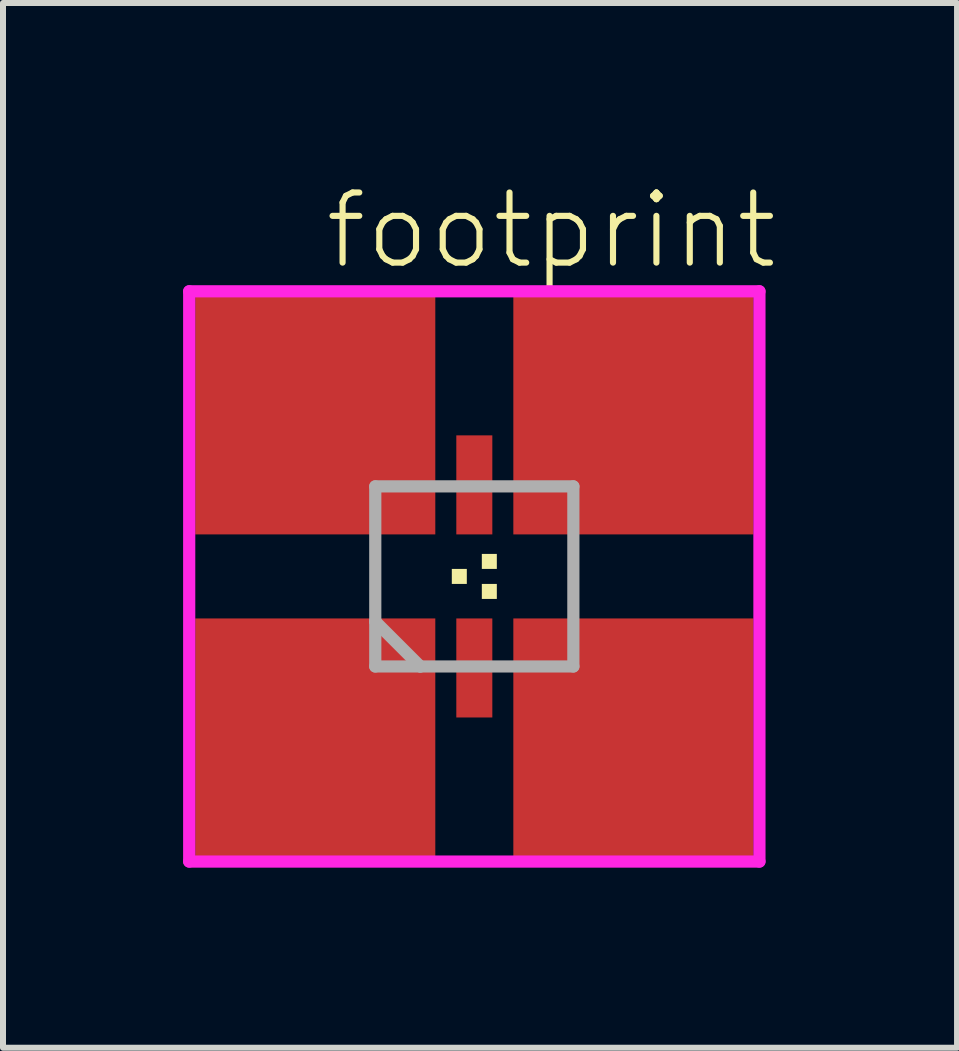
<source format=kicad_pcb>
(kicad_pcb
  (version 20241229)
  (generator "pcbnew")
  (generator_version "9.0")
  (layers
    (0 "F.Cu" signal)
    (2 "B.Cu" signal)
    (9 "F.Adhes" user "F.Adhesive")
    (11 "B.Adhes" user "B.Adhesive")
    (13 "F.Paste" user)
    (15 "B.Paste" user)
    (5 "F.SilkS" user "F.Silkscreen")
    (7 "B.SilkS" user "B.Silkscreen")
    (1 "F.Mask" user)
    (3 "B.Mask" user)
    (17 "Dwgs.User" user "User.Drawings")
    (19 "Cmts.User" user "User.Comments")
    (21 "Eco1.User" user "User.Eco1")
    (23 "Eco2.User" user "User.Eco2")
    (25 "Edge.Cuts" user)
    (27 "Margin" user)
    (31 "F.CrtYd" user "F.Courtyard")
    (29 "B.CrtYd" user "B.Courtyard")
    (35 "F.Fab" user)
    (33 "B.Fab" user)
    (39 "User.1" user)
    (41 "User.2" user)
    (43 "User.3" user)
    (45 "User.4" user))
  (footprint "footprint"
    (layer "F.Cu")
    (at 4.852 6.553)
    (property "Reference" "footprint" (at -2.54 -5.08 0) (layer "F.SilkS") (effects (font (size 1.168 1.168) (thickness 0.102)) (justify left bottom)))
    (fp_poly (pts (xy -1.45 2.35) (xy -0.65 2.35) (xy -0.65 0.7) (xy -1.45 0.7)) (stroke (width 0) (type solid)) (fill yes) (layer "F.Mask"))
    (fp_poly (pts (xy -0.65 -2.35) (xy -1.45 -2.35) (xy -1.45 -0.7) (xy -0.65 -0.7)) (stroke (width 0) (type solid)) (fill yes) (layer "F.Mask"))
    (fp_poly (pts (xy -0.3 2.35) (xy 0.3 2.35) (xy 0.3 0.7) (xy -0.3 0.7)) (stroke (width 0) (type solid)) (fill yes) (layer "F.Mask"))
    (fp_poly (pts (xy 0.3 -2.35) (xy -0.3 -2.35) (xy -0.3 -0.7) (xy 0.3 -0.7)) (stroke (width 0) (type solid)) (fill yes) (layer "F.Mask"))
    (fp_poly (pts (xy 0.65 2.35) (xy 1.45 2.35) (xy 1.45 0.7) (xy 0.65 0.7)) (stroke (width 0) (type solid)) (fill yes) (layer "F.Mask"))
    (fp_poly (pts (xy 1.45 -2.35) (xy 0.65 -2.35) (xy 0.65 -0.7) (xy 1.45 -0.7)) (stroke (width 0) (type solid)) (fill yes) (layer "F.Mask"))
    (fp_poly (pts (xy -0.375 0.125) (xy -0.125 0.125) (xy -0.125 -0.125) (xy -0.375 -0.125)) (stroke (width 0) (type solid)) (fill yes) (layer "F.SilkS"))
    (fp_poly (pts (xy 0.125 -0.125) (xy 0.375 -0.125) (xy 0.375 -0.375) (xy 0.125 -0.375)) (stroke (width 0) (type solid)) (fill yes) (layer "F.SilkS"))
    (fp_poly (pts (xy 0.125 0.375) (xy 0.375 0.375) (xy 0.375 0.125) (xy 0.125 0.125)) (stroke (width 0) (type solid)) (fill yes) (layer "F.SilkS"))
    (fp_poly (pts (xy -1.4 2.3) (xy -0.7 2.3) (xy -0.7 0.75) (xy -1.4 0.75)) (stroke (width 0) (type solid)) (fill yes) (layer "F.Paste"))
    (fp_poly (pts (xy -0.7 -2.3) (xy -1.4 -2.3) (xy -1.4 -0.75) (xy -0.7 -0.75)) (stroke (width 0) (type solid)) (fill yes) (layer "F.Paste"))
    (fp_poly (pts (xy -0.25 2.3) (xy 0.25 2.3) (xy 0.25 0.75) (xy -0.25 0.75)) (stroke (width 0) (type solid)) (fill yes) (layer "F.Paste"))
    (fp_poly (pts (xy 0.25 -2.3) (xy -0.25 -2.3) (xy -0.25 -0.75) (xy 0.25 -0.75)) (stroke (width 0) (type solid)) (fill yes) (layer "F.Paste"))
    (fp_poly (pts (xy 0.7 2.3) (xy 1.4 2.3) (xy 1.4 0.75) (xy 0.7 0.75)) (stroke (width 0) (type solid)) (fill yes) (layer "F.Paste"))
    (fp_poly (pts (xy 1.4 -2.3) (xy 0.7 -2.3) (xy 0.7 -0.75) (xy 1.4 -0.75)) (stroke (width 0) (type solid)) (fill yes) (layer "F.Paste"))
    (fp_line (start -4.75 -4.75) (end 4.75 -4.75) (stroke (width 0.203) (type solid)) (layer "F.CrtYd"))
    (fp_line (start -4.75 4.75) (end -4.75 -4.75) (stroke (width 0.203) (type solid)) (layer "F.CrtYd"))
    (fp_line (start 4.75 -4.75) (end 4.75 4.75) (stroke (width 0.203) (type solid)) (layer "F.CrtYd"))
    (fp_line (start 4.75 4.75) (end -4.75 4.75) (stroke (width 0.203) (type solid)) (layer "F.CrtYd"))
    (fp_line (start -1.65 -1.5) (end 1.65 -1.5) (stroke (width 0.203) (type solid)) (layer "F.Fab"))
    (fp_line (start -1.65 0.75) (end -1.65 -1.5) (stroke (width 0.203) (type solid)) (layer "F.Fab"))
    (fp_line (start -1.65 0.75) (end -0.9 1.5) (stroke (width 0.203) (type solid)) (layer "F.Fab"))
    (fp_line (start -1.65 1.5) (end -1.65 0.75) (stroke (width 0.203) (type solid)) (layer "F.Fab"))
    (fp_line (start -0.9 1.5) (end -1.65 1.5) (stroke (width 0.203) (type solid)) (layer "F.Fab"))
    (fp_line (start 1.65 -1.5) (end 1.65 1.5) (stroke (width 0.203) (type solid)) (layer "F.Fab"))
    (fp_line (start 1.65 1.5) (end -0.9 1.5) (stroke (width 0.203) (type solid)) (layer "F.Fab"))
    (pad "1" smd rect (at -2.65 2.7) (size 4 4) (layers "F.Cu"))
    (pad "2" smd rect (at 0 1.525) (size 0.6 1.65) (layers "F.Cu"))
    (pad "3" smd rect (at 2.65 2.7) (size 4 4) (layers "F.Cu"))
    (pad "4" smd rect (at 2.65 -2.7 180) (size 4 4) (layers "F.Cu"))
    (pad "5" smd rect (at 0 -1.525 180) (size 0.6 1.65) (layers "F.Cu"))
    (pad "6" smd rect (at -2.65 -2.7 180) (size 4 4) (layers "F.Cu")))
  (gr_rect
    (start -3 -3)
    (end 12.894 14.405)
    (stroke (width 0.1) (type default))
    (fill no)
    (layer "Edge.Cuts")))
</source>
